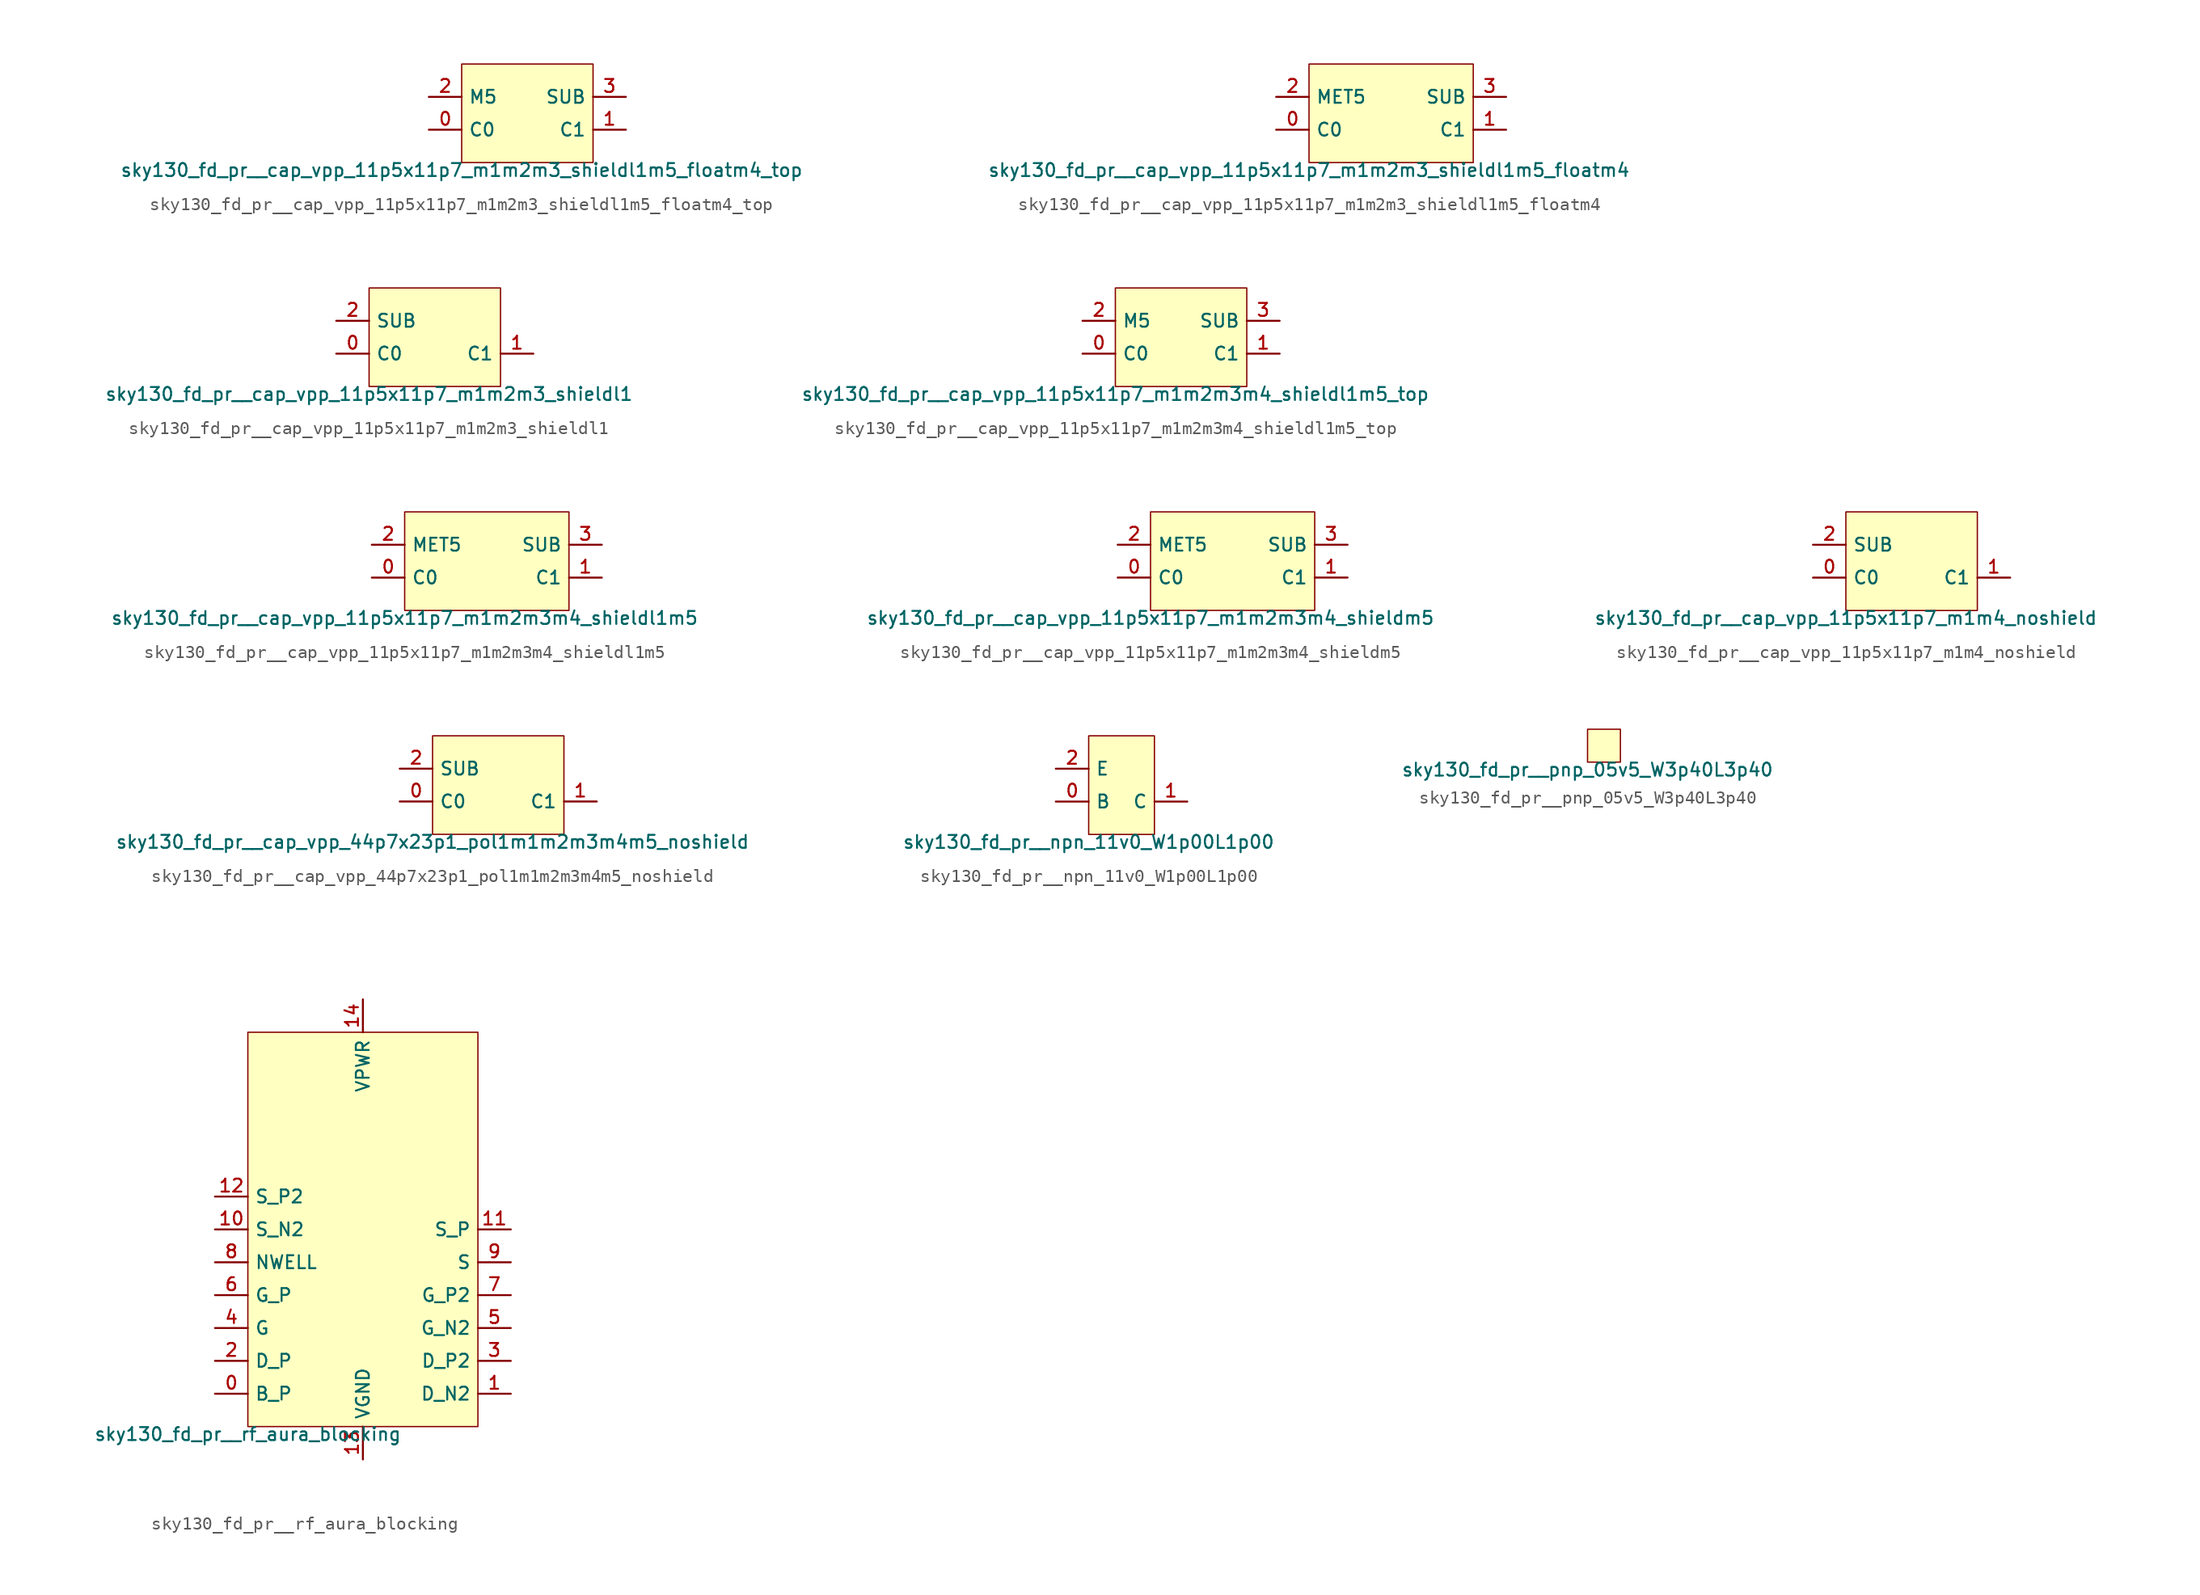
<source format=kicad_sym>
(kicad_symbol_lib
  (version 20211014)
  (generator lef2kicad_sym)
  (symbol "sky130_fd_pr__cap_vpp_11p5x11p7_m1m2m3_shieldl1m5_floatm4_top"
    (property "Reference" "X"
      (at 0 0 0)
      (effects (font (size 1 1)) hide))
    (property "Value" "sky130_fd_pr__cap_vpp_11p5x11p7_m1m2m3_shieldl1m5_floatm4_top"
      (at -5.08 -3.81 0)
      (effects (font (size 1 1)) (justify top)))
    (rectangle
      (start -5.08 -3.81)
      (end 5.08 3.81)
      (stroke (width 0.1) (type solid) (color 0 0 0 0))
      (fill (type background)))
    (pin bidirectional line
      (at -7.62 -1.27 0)
      (length 2.54)
      (name "C0" (effects (font (size 1 1)) hide))
      (number "0" (effects (font (size 1 1)) hide)))
    (pin bidirectional line
      (at 7.62 -1.27 180)
      (length 2.54)
      (name "C1" (effects (font (size 1 1)) hide))
      (number "1" (effects (font (size 1 1)) hide)))
    (pin bidirectional line
      (at -7.62 1.27 0)
      (length 2.54)
      (name "M5" (effects (font (size 1 1)) hide))
      (number "2" (effects (font (size 1 1)) hide)))
    (pin bidirectional line
      (at 7.62 1.27 180)
      (length 2.54)
      (name "SUB" (effects (font (size 1 1)) hide))
      (number "3" (effects (font (size 1 1)) hide))))
  (symbol "sky130_fd_pr__cap_vpp_11p5x11p7_m1m2m3_shieldl1m5_floatm4"
    (property "Reference" "X"
      (at 0 0 0)
      (effects (font (size 1 1)) hide))
    (property "Value" "sky130_fd_pr__cap_vpp_11p5x11p7_m1m2m3_shieldl1m5_floatm4"
      (at -6.35 -3.81 0)
      (effects (font (size 1 1)) (justify top)))
    (rectangle
      (start -6.35 -3.81)
      (end 6.35 3.81)
      (stroke (width 0.1) (type solid) (color 0 0 0 0))
      (fill (type background)))
    (pin bidirectional line
      (at -8.89 -1.27 0)
      (length 2.54)
      (name "C0" (effects (font (size 1 1)) hide))
      (number "0" (effects (font (size 1 1)) hide)))
    (pin bidirectional line
      (at 8.89 -1.27 180)
      (length 2.54)
      (name "C1" (effects (font (size 1 1)) hide))
      (number "1" (effects (font (size 1 1)) hide)))
    (pin bidirectional line
      (at -8.89 1.27 0)
      (length 2.54)
      (name "MET5" (effects (font (size 1 1)) hide))
      (number "2" (effects (font (size 1 1)) hide)))
    (pin bidirectional line
      (at 8.89 1.27 180)
      (length 2.54)
      (name "SUB" (effects (font (size 1 1)) hide))
      (number "3" (effects (font (size 1 1)) hide))))
  (symbol "sky130_fd_pr__cap_vpp_11p5x11p7_m1m2m3_shieldl1"
    (property "Reference" "X"
      (at 0 0 0)
      (effects (font (size 1 1)) hide))
    (property "Value" "sky130_fd_pr__cap_vpp_11p5x11p7_m1m2m3_shieldl1"
      (at -5.08 -3.81 0)
      (effects (font (size 1 1)) (justify top)))
    (rectangle
      (start -5.08 -3.81)
      (end 5.08 3.81)
      (stroke (width 0.1) (type solid) (color 0 0 0 0))
      (fill (type background)))
    (pin bidirectional line
      (at -7.62 -1.27 0)
      (length 2.54)
      (name "C0" (effects (font (size 1 1)) hide))
      (number "0" (effects (font (size 1 1)) hide)))
    (pin bidirectional line
      (at 7.62 -1.27 180)
      (length 2.54)
      (name "C1" (effects (font (size 1 1)) hide))
      (number "1" (effects (font (size 1 1)) hide)))
    (pin bidirectional line
      (at -7.62 1.27 0)
      (length 2.54)
      (name "SUB" (effects (font (size 1 1)) hide))
      (number "2" (effects (font (size 1 1)) hide))))
  (symbol "sky130_fd_pr__cap_vpp_11p5x11p7_m1m2m3m4_shieldl1m5_top"
    (property "Reference" "X"
      (at 0 0 0)
      (effects (font (size 1 1)) hide))
    (property "Value" "sky130_fd_pr__cap_vpp_11p5x11p7_m1m2m3m4_shieldl1m5_top"
      (at -5.08 -3.81 0)
      (effects (font (size 1 1)) (justify top)))
    (rectangle
      (start -5.08 -3.81)
      (end 5.08 3.81)
      (stroke (width 0.1) (type solid) (color 0 0 0 0))
      (fill (type background)))
    (pin bidirectional line
      (at -7.62 -1.27 0)
      (length 2.54)
      (name "C0" (effects (font (size 1 1)) hide))
      (number "0" (effects (font (size 1 1)) hide)))
    (pin bidirectional line
      (at 7.62 -1.27 180)
      (length 2.54)
      (name "C1" (effects (font (size 1 1)) hide))
      (number "1" (effects (font (size 1 1)) hide)))
    (pin bidirectional line
      (at -7.62 1.27 0)
      (length 2.54)
      (name "M5" (effects (font (size 1 1)) hide))
      (number "2" (effects (font (size 1 1)) hide)))
    (pin bidirectional line
      (at 7.62 1.27 180)
      (length 2.54)
      (name "SUB" (effects (font (size 1 1)) hide))
      (number "3" (effects (font (size 1 1)) hide))))
  (symbol "sky130_fd_pr__cap_vpp_11p5x11p7_m1m2m3m4_shieldl1m5"
    (property "Reference" "X"
      (at 0 0 0)
      (effects (font (size 1 1)) hide))
    (property "Value" "sky130_fd_pr__cap_vpp_11p5x11p7_m1m2m3m4_shieldl1m5"
      (at -6.35 -3.81 0)
      (effects (font (size 1 1)) (justify top)))
    (rectangle
      (start -6.35 -3.81)
      (end 6.35 3.81)
      (stroke (width 0.1) (type solid) (color 0 0 0 0))
      (fill (type background)))
    (pin bidirectional line
      (at -8.89 -1.27 0)
      (length 2.54)
      (name "C0" (effects (font (size 1 1)) hide))
      (number "0" (effects (font (size 1 1)) hide)))
    (pin bidirectional line
      (at 8.89 -1.27 180)
      (length 2.54)
      (name "C1" (effects (font (size 1 1)) hide))
      (number "1" (effects (font (size 1 1)) hide)))
    (pin bidirectional line
      (at -8.89 1.27 0)
      (length 2.54)
      (name "MET5" (effects (font (size 1 1)) hide))
      (number "2" (effects (font (size 1 1)) hide)))
    (pin bidirectional line
      (at 8.89 1.27 180)
      (length 2.54)
      (name "SUB" (effects (font (size 1 1)) hide))
      (number "3" (effects (font (size 1 1)) hide))))
  (symbol "sky130_fd_pr__cap_vpp_11p5x11p7_m1m2m3m4_shieldm5"
    (property "Reference" "X"
      (at 0 0 0)
      (effects (font (size 1 1)) hide))
    (property "Value" "sky130_fd_pr__cap_vpp_11p5x11p7_m1m2m3m4_shieldm5"
      (at -6.35 -3.81 0)
      (effects (font (size 1 1)) (justify top)))
    (rectangle
      (start -6.35 -3.81)
      (end 6.35 3.81)
      (stroke (width 0.1) (type solid) (color 0 0 0 0))
      (fill (type background)))
    (pin bidirectional line
      (at -8.89 -1.27 0)
      (length 2.54)
      (name "C0" (effects (font (size 1 1)) hide))
      (number "0" (effects (font (size 1 1)) hide)))
    (pin bidirectional line
      (at 8.89 -1.27 180)
      (length 2.54)
      (name "C1" (effects (font (size 1 1)) hide))
      (number "1" (effects (font (size 1 1)) hide)))
    (pin bidirectional line
      (at -8.89 1.27 0)
      (length 2.54)
      (name "MET5" (effects (font (size 1 1)) hide))
      (number "2" (effects (font (size 1 1)) hide)))
    (pin bidirectional line
      (at 8.89 1.27 180)
      (length 2.54)
      (name "SUB" (effects (font (size 1 1)) hide))
      (number "3" (effects (font (size 1 1)) hide))))
  (symbol "sky130_fd_pr__cap_vpp_11p5x11p7_m1m4_noshield"
    (property "Reference" "X"
      (at 0 0 0)
      (effects (font (size 1 1)) hide))
    (property "Value" "sky130_fd_pr__cap_vpp_11p5x11p7_m1m4_noshield"
      (at -5.08 -3.81 0)
      (effects (font (size 1 1)) (justify top)))
    (rectangle
      (start -5.08 -3.81)
      (end 5.08 3.81)
      (stroke (width 0.1) (type solid) (color 0 0 0 0))
      (fill (type background)))
    (pin bidirectional line
      (at -7.62 -1.27 0)
      (length 2.54)
      (name "C0" (effects (font (size 1 1)) hide))
      (number "0" (effects (font (size 1 1)) hide)))
    (pin bidirectional line
      (at 7.62 -1.27 180)
      (length 2.54)
      (name "C1" (effects (font (size 1 1)) hide))
      (number "1" (effects (font (size 1 1)) hide)))
    (pin bidirectional line
      (at -7.62 1.27 0)
      (length 2.54)
      (name "SUB" (effects (font (size 1 1)) hide))
      (number "2" (effects (font (size 1 1)) hide))))
  (symbol "sky130_fd_pr__cap_vpp_44p7x23p1_pol1m1m2m3m4m5_noshield"
    (property "Reference" "X"
      (at 0 0 0)
      (effects (font (size 1 1)) hide))
    (property "Value" "sky130_fd_pr__cap_vpp_44p7x23p1_pol1m1m2m3m4m5_noshield"
      (at -5.08 -3.81 0)
      (effects (font (size 1 1)) (justify top)))
    (rectangle
      (start -5.08 -3.81)
      (end 5.08 3.81)
      (stroke (width 0.1) (type solid) (color 0 0 0 0))
      (fill (type background)))
    (pin bidirectional line
      (at -7.62 -1.27 0)
      (length 2.54)
      (name "C0" (effects (font (size 1 1)) hide))
      (number "0" (effects (font (size 1 1)) hide)))
    (pin bidirectional line
      (at 7.62 -1.27 180)
      (length 2.54)
      (name "C1" (effects (font (size 1 1)) hide))
      (number "1" (effects (font (size 1 1)) hide)))
    (pin bidirectional line
      (at -7.62 1.27 0)
      (length 2.54)
      (name "SUB" (effects (font (size 1 1)) hide))
      (number "2" (effects (font (size 1 1)) hide))))
  (symbol "sky130_fd_pr__npn_11v0_W1p00L1p00"
    (property "Reference" "X"
      (at 0 0 0)
      (effects (font (size 1 1)) hide))
    (property "Value" "sky130_fd_pr__npn_11v0_W1p00L1p00"
      (at -2.54 -3.81 0)
      (effects (font (size 1 1)) (justify top)))
    (rectangle
      (start -2.54 -3.81)
      (end 2.54 3.81)
      (stroke (width 0.1) (type solid) (color 0 0 0 0))
      (fill (type background)))
    (pin bidirectional line
      (at -5.08 -1.27 0)
      (length 2.54)
      (name "B" (effects (font (size 1 1)) hide))
      (number "0" (effects (font (size 1 1)) hide)))
    (pin bidirectional line
      (at 5.08 -1.27 180)
      (length 2.54)
      (name "C" (effects (font (size 1 1)) hide))
      (number "1" (effects (font (size 1 1)) hide)))
    (pin bidirectional line
      (at -5.08 1.27 0)
      (length 2.54)
      (name "E" (effects (font (size 1 1)) hide))
      (number "2" (effects (font (size 1 1)) hide))))
  (symbol "sky130_fd_pr__pnp_05v5_W3p40L3p40"
    (property "Reference" "X"
      (at 0 0 0)
      (effects (font (size 1 1)) hide))
    (property "Value" "sky130_fd_pr__pnp_05v5_W3p40L3p40"
      (at -1.27 -1.27 0)
      (effects (font (size 1 1)) (justify top)))
    (rectangle
      (start -1.27 -1.27)
      (end 1.27 1.27)
      (stroke (width 0.1) (type solid) (color 0 0 0 0))
      (fill (type background))))
  (symbol "sky130_fd_pr__rf_aura_blocking"
    (property "Reference" "X"
      (at 0 0 0)
      (effects (font (size 1 1)) hide))
    (property "Value" "sky130_fd_pr__rf_aura_blocking"
      (at -8.89 -15.24 0)
      (effects (font (size 1 1)) (justify top)))
    (rectangle
      (start -8.89 -15.24)
      (end 8.89 15.24)
      (stroke (width 0.1) (type solid) (color 0 0 0 0))
      (fill (type background)))
    (pin bidirectional line
      (at -11.43 -12.7 0)
      (length 2.54)
      (name "B_P" (effects (font (size 1 1)) hide))
      (number "0" (effects (font (size 1 1)) hide)))
    (pin bidirectional line
      (at 11.43 -12.7 180)
      (length 2.54)
      (name "D_N2" (effects (font (size 1 1)) hide))
      (number "1" (effects (font (size 1 1)) hide)))
    (pin bidirectional line
      (at -11.43 -10.16 0)
      (length 2.54)
      (name "D_P" (effects (font (size 1 1)) hide))
      (number "2" (effects (font (size 1 1)) hide)))
    (pin bidirectional line
      (at 11.43 -10.16 180)
      (length 2.54)
      (name "D_P2" (effects (font (size 1 1)) hide))
      (number "3" (effects (font (size 1 1)) hide)))
    (pin bidirectional line
      (at -11.43 -7.62 0)
      (length 2.54)
      (name "G" (effects (font (size 1 1)) hide))
      (number "4" (effects (font (size 1 1)) hide)))
    (pin bidirectional line
      (at 11.43 -7.62 180)
      (length 2.54)
      (name "G_N2" (effects (font (size 1 1)) hide))
      (number "5" (effects (font (size 1 1)) hide)))
    (pin bidirectional line
      (at -11.43 -5.08 0)
      (length 2.54)
      (name "G_P" (effects (font (size 1 1)) hide))
      (number "6" (effects (font (size 1 1)) hide)))
    (pin bidirectional line
      (at 11.43 -5.08 180)
      (length 2.54)
      (name "G_P2" (effects (font (size 1 1)) hide))
      (number "7" (effects (font (size 1 1)) hide)))
    (pin bidirectional line
      (at -11.43 -2.54 0)
      (length 2.54)
      (name "NWELL" (effects (font (size 1 1)) hide))
      (number "8" (effects (font (size 1 1)) hide)))
    (pin bidirectional line
      (at 11.43 -2.54 180)
      (length 2.54)
      (name "S" (effects (font (size 1 1)) hide))
      (number "9" (effects (font (size 1 1)) hide)))
    (pin bidirectional line
      (at -11.43 0.0 0)
      (length 2.54)
      (name "S_N2" (effects (font (size 1 1)) hide))
      (number "10" (effects (font (size 1 1)) hide)))
    (pin bidirectional line
      (at 11.43 0.0 180)
      (length 2.54)
      (name "S_P" (effects (font (size 1 1)) hide))
      (number "11" (effects (font (size 1 1)) hide)))
    (pin bidirectional line
      (at -11.43 2.54 0)
      (length 2.54)
      (name "S_P2" (effects (font (size 1 1)) hide))
      (number "12" (effects (font (size 1 1)) hide)))
    (pin power_in line
      (at -8.881784197001252e-16 -17.78 90)
      (length 2.54)
      (name "VGND" (effects (font (size 1 1)) hide))
      (number "13" (effects (font (size 1 1)) hide)))
    (pin power_in line
      (at -8.881784197001252e-16 17.78 270)
      (length 2.54)
      (name "VPWR" (effects (font (size 1 1)) hide))
      (number "14" (effects (font (size 1 1)) hide)))))
</source>
